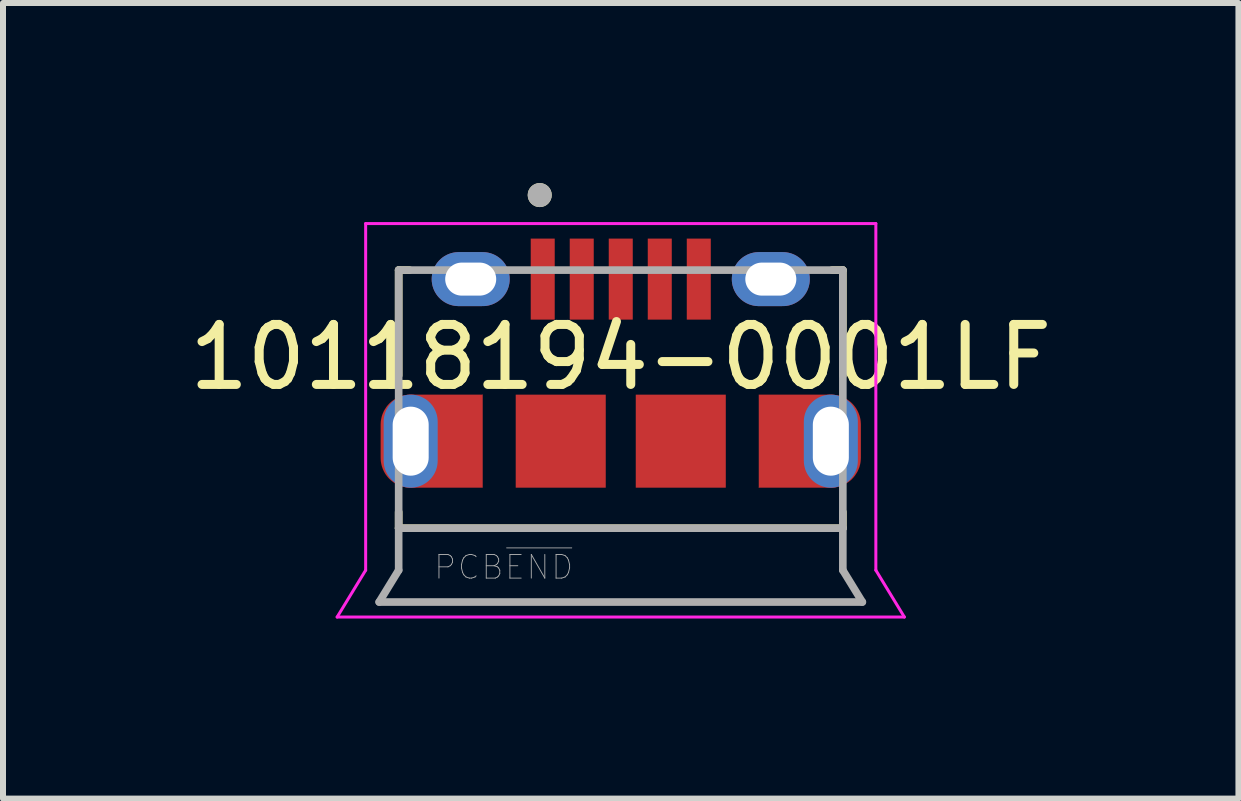
<source format=kicad_pcb>
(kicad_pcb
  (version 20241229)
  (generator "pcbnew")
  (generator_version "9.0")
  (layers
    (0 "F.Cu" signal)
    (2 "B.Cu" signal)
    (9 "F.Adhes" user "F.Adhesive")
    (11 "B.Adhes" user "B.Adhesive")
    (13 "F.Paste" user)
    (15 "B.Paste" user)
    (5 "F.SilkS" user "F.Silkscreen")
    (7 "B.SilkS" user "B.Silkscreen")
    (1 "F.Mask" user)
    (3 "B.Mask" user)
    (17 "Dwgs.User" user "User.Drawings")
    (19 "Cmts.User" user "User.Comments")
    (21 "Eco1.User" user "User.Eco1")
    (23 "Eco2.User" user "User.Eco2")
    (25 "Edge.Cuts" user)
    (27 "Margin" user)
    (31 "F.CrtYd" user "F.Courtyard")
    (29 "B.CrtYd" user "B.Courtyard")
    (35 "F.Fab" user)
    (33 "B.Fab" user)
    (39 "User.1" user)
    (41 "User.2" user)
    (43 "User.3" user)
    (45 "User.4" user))
  (footprint "10118194-0001LF"
    (layer "F.Cu")
    (at 7.292 4.3)
    (property "Reference" "10118194-0001LF" (at 0 -1.4 0) (layer "F.SilkS") (effects (font (size 1 1) (thickness 0.15))))
    (attr through_hole)
    (fp_poly (pts (xy -2.3 -0.78) (xy -2.3 0.775) (xy -3.498 0.775) (xy -3.498 0.575) (xy -3.486 0.575) (xy -3.473 0.574) (xy -3.46 0.572) (xy -3.447 0.57) (xy -3.434 0.567) (xy -3.422 0.563) (xy -3.41 0.558) (xy -3.398 0.553) (xy -3.386 0.548) (xy -3.374 0.542) (xy -3.363 0.535) (xy -3.353 0.527) (xy -3.342 0.52) (xy -3.332 0.511) (xy -3.323 0.502) (xy -3.314 0.493) (xy -3.305 0.483) (xy -3.298 0.472) (xy -3.29 0.462) (xy -3.283 0.451) (xy -3.277 0.439) (xy -3.272 0.427) (xy -3.267 0.415) (xy -3.262 0.403) (xy -3.258 0.391) (xy -3.255 0.378) (xy -3.253 0.365) (xy -3.251 0.352) (xy -3.25 0.339) (xy -3.25 0.325) (xy -3.25 0.315) (xy -3.25 -0.315) (xy -3.25 -0.325) (xy -3.25 -0.338) (xy -3.251 -0.351) (xy -3.253 -0.364) (xy -3.255 -0.377) (xy -3.259 -0.39) (xy -3.262 -0.402) (xy -3.267 -0.415) (xy -3.272 -0.427) (xy -3.277 -0.438) (xy -3.283 -0.45) (xy -3.29 -0.461) (xy -3.298 -0.472) (xy -3.306 -0.482) (xy -3.314 -0.492) (xy -3.323 -0.502) (xy -3.333 -0.511) (xy -3.343 -0.519) (xy -3.353 -0.527) (xy -3.364 -0.535) (xy -3.375 -0.542) (xy -3.387 -0.548) (xy -3.398 -0.553) (xy -3.41 -0.558) (xy -3.423 -0.563) (xy -3.435 -0.566) (xy -3.448 -0.57) (xy -3.461 -0.572) (xy -3.474 -0.574) (xy -3.487 -0.575) (xy -3.5 -0.575) (xy -3.513 -0.575) (xy -3.526 -0.574) (xy -3.539 -0.572) (xy -3.552 -0.57) (xy -3.565 -0.566) (xy -3.577 -0.563) (xy -3.59 -0.558) (xy -3.602 -0.553) (xy -3.613 -0.548) (xy -3.625 -0.542) (xy -3.636 -0.535) (xy -3.647 -0.527) (xy -3.657 -0.519) (xy -3.667 -0.511) (xy -3.677 -0.502) (xy -3.686 -0.492) (xy -3.694 -0.482) (xy -3.702 -0.472) (xy -3.71 -0.461) (xy -3.717 -0.45) (xy -3.723 -0.438) (xy -3.728 -0.427) (xy -3.733 -0.415) (xy -3.738 -0.402) (xy -3.741 -0.39) (xy -3.745 -0.377) (xy -3.747 -0.364) (xy -3.749 -0.351) (xy -3.75 -0.338) (xy -3.75 -0.325) (xy -3.75 0.325) (xy -3.75 0.339) (xy -3.749 0.352) (xy -3.747 0.365) (xy -3.745 0.378) (xy -3.742 0.391) (xy -3.738 0.403) (xy -3.733 0.415) (xy -3.728 0.427) (xy -3.723 0.439) (xy -3.717 0.451) (xy -3.71 0.462) (xy -3.702 0.472) (xy -3.695 0.483) (xy -3.686 0.493) (xy -3.677 0.502) (xy -3.668 0.511) (xy -3.658 0.52) (xy -3.647 0.527) (xy -3.637 0.535) (xy -3.626 0.542) (xy -3.614 0.548) (xy -3.602 0.553) (xy -3.59 0.558) (xy -3.578 0.563) (xy -3.566 0.567) (xy -3.553 0.57) (xy -3.54 0.572) (xy -3.527 0.574) (xy -3.514 0.575) (xy -3.502 0.575) (xy -3.502 0.775) (xy -3.527 0.774) (xy -3.553 0.772) (xy -3.579 0.769) (xy -3.605 0.764) (xy -3.63 0.758) (xy -3.655 0.751) (xy -3.68 0.742) (xy -3.704 0.732) (xy -3.728 0.721) (xy -3.751 0.708) (xy -3.773 0.695) (xy -3.794 0.68) (xy -3.815 0.664) (xy -3.835 0.647) (xy -3.854 0.629) (xy -3.872 0.61) (xy -3.889 0.59) (xy -3.905 0.569) (xy -3.92 0.548) (xy -3.933 0.526) (xy -3.946 0.503) (xy -3.957 0.479) (xy -3.967 0.455) (xy -3.976 0.43) (xy -3.983 0.405) (xy -3.989 0.38) (xy -3.994 0.354) (xy -3.997 0.328) (xy -3.999 0.302) (xy -4 0.275) (xy -4 -0.275) (xy -3.999 -0.301) (xy -3.997 -0.327) (xy -3.994 -0.353) (xy -3.989 -0.379) (xy -3.983 -0.404) (xy -3.976 -0.43) (xy -3.967 -0.454) (xy -3.957 -0.478) (xy -3.946 -0.502) (xy -3.933 -0.525) (xy -3.919 -0.547) (xy -3.905 -0.569) (xy -3.889 -0.59) (xy -3.872 -0.61) (xy -3.854 -0.629) (xy -3.835 -0.647) (xy -3.815 -0.664) (xy -3.794 -0.68) (xy -3.772 -0.694) (xy -3.75 -0.708) (xy -3.727 -0.721) (xy -3.703 -0.732) (xy -3.679 -0.742) (xy -3.655 -0.751) (xy -3.629 -0.758) (xy -3.604 -0.764) (xy -3.578 -0.769) (xy -3.552 -0.772) (xy -3.526 -0.774) (xy -3.5 -0.775) (xy -2.305 -0.775) (xy -2.305 -0.78) (xy -2.3 -0.78)) (stroke (width 0.001) (type solid)) (fill yes) (layer "F.Cu"))
    (fp_poly (pts (xy 2.3 0.78) (xy 2.3 -0.775) (xy 3.498 -0.775) (xy 3.498 -0.575) (xy 3.486 -0.575) (xy 3.473 -0.574) (xy 3.46 -0.572) (xy 3.447 -0.57) (xy 3.434 -0.567) (xy 3.422 -0.563) (xy 3.41 -0.558) (xy 3.398 -0.553) (xy 3.386 -0.548) (xy 3.374 -0.542) (xy 3.363 -0.535) (xy 3.353 -0.527) (xy 3.342 -0.52) (xy 3.332 -0.511) (xy 3.323 -0.502) (xy 3.314 -0.493) (xy 3.305 -0.483) (xy 3.298 -0.472) (xy 3.29 -0.462) (xy 3.283 -0.451) (xy 3.277 -0.439) (xy 3.272 -0.427) (xy 3.267 -0.415) (xy 3.262 -0.403) (xy 3.258 -0.391) (xy 3.255 -0.378) (xy 3.253 -0.365) (xy 3.251 -0.352) (xy 3.25 -0.339) (xy 3.25 -0.325) (xy 3.25 -0.315) (xy 3.25 0.315) (xy 3.25 0.325) (xy 3.25 0.338) (xy 3.251 0.351) (xy 3.253 0.364) (xy 3.255 0.377) (xy 3.259 0.39) (xy 3.262 0.402) (xy 3.267 0.415) (xy 3.272 0.427) (xy 3.277 0.438) (xy 3.283 0.45) (xy 3.29 0.461) (xy 3.298 0.472) (xy 3.306 0.482) (xy 3.314 0.492) (xy 3.323 0.502) (xy 3.333 0.511) (xy 3.343 0.519) (xy 3.353 0.527) (xy 3.364 0.535) (xy 3.375 0.542) (xy 3.387 0.548) (xy 3.398 0.553) (xy 3.41 0.558) (xy 3.423 0.563) (xy 3.435 0.566) (xy 3.448 0.57) (xy 3.461 0.572) (xy 3.474 0.574) (xy 3.487 0.575) (xy 3.5 0.575) (xy 3.513 0.575) (xy 3.526 0.574) (xy 3.539 0.572) (xy 3.552 0.57) (xy 3.565 0.566) (xy 3.577 0.563) (xy 3.59 0.558) (xy 3.602 0.553) (xy 3.613 0.548) (xy 3.625 0.542) (xy 3.636 0.535) (xy 3.647 0.527) (xy 3.657 0.519) (xy 3.667 0.511) (xy 3.677 0.502) (xy 3.686 0.492) (xy 3.694 0.482) (xy 3.702 0.472) (xy 3.71 0.461) (xy 3.717 0.45) (xy 3.723 0.438) (xy 3.728 0.427) (xy 3.733 0.415) (xy 3.738 0.402) (xy 3.741 0.39) (xy 3.745 0.377) (xy 3.747 0.364) (xy 3.749 0.351) (xy 3.75 0.338) (xy 3.75 0.325) (xy 3.75 -0.325) (xy 3.75 -0.339) (xy 3.749 -0.352) (xy 3.747 -0.365) (xy 3.745 -0.378) (xy 3.742 -0.391) (xy 3.738 -0.403) (xy 3.733 -0.415) (xy 3.728 -0.427) (xy 3.723 -0.439) (xy 3.717 -0.451) (xy 3.71 -0.462) (xy 3.702 -0.472) (xy 3.695 -0.483) (xy 3.686 -0.493) (xy 3.677 -0.502) (xy 3.668 -0.511) (xy 3.658 -0.52) (xy 3.647 -0.527) (xy 3.637 -0.535) (xy 3.626 -0.542) (xy 3.614 -0.548) (xy 3.602 -0.553) (xy 3.59 -0.558) (xy 3.578 -0.563) (xy 3.566 -0.567) (xy 3.553 -0.57) (xy 3.54 -0.572) (xy 3.527 -0.574) (xy 3.514 -0.575) (xy 3.502 -0.575) (xy 3.502 -0.775) (xy 3.527 -0.774) (xy 3.553 -0.772) (xy 3.579 -0.769) (xy 3.605 -0.764) (xy 3.63 -0.758) (xy 3.655 -0.751) (xy 3.68 -0.742) (xy 3.704 -0.732) (xy 3.728 -0.721) (xy 3.751 -0.708) (xy 3.773 -0.695) (xy 3.794 -0.68) (xy 3.815 -0.664) (xy 3.835 -0.647) (xy 3.854 -0.629) (xy 3.872 -0.61) (xy 3.889 -0.59) (xy 3.905 -0.569) (xy 3.92 -0.548) (xy 3.933 -0.526) (xy 3.946 -0.503) (xy 3.957 -0.479) (xy 3.967 -0.455) (xy 3.976 -0.43) (xy 3.983 -0.405) (xy 3.989 -0.38) (xy 3.994 -0.354) (xy 3.997 -0.328) (xy 3.999 -0.302) (xy 4 -0.275) (xy 4 0.275) (xy 3.999 0.301) (xy 3.997 0.327) (xy 3.994 0.353) (xy 3.989 0.379) (xy 3.983 0.404) (xy 3.976 0.43) (xy 3.967 0.454) (xy 3.957 0.478) (xy 3.946 0.502) (xy 3.933 0.525) (xy 3.919 0.547) (xy 3.905 0.569) (xy 3.889 0.59) (xy 3.872 0.61) (xy 3.854 0.629) (xy 3.835 0.647) (xy 3.815 0.664) (xy 3.794 0.68) (xy 3.772 0.694) (xy 3.75 0.708) (xy 3.727 0.721) (xy 3.703 0.732) (xy 3.679 0.742) (xy 3.655 0.751) (xy 3.629 0.758) (xy 3.604 0.764) (xy 3.578 0.769) (xy 3.552 0.772) (xy 3.526 0.774) (xy 3.5 0.775) (xy 2.305 0.775) (xy 2.305 0.78) (xy 2.3 0.78)) (stroke (width 0.001) (type solid)) (fill yes) (layer "F.Cu"))
    (fp_poly (pts (xy -3.6 -0.875) (xy -2.2 -0.875) (xy -2.2 0.875) (xy -3.6 0.875) (xy -3.626 0.874) (xy -3.652 0.872) (xy -3.678 0.869) (xy -3.704 0.864) (xy -3.729 0.858) (xy -3.755 0.851) (xy -3.779 0.842) (xy -3.803 0.832) (xy -3.827 0.821) (xy -3.85 0.808) (xy -3.872 0.794) (xy -3.894 0.78) (xy -3.915 0.764) (xy -3.935 0.747) (xy -3.954 0.729) (xy -3.972 0.71) (xy -3.989 0.69) (xy -4.005 0.669) (xy -4.019 0.647) (xy -4.033 0.625) (xy -4.046 0.602) (xy -4.057 0.578) (xy -4.067 0.554) (xy -4.076 0.53) (xy -4.083 0.504) (xy -4.089 0.479) (xy -4.094 0.453) (xy -4.097 0.427) (xy -4.099 0.401) (xy -4.1 0.375) (xy -4.1 -0.375) (xy -4.099 -0.401) (xy -4.097 -0.427) (xy -4.094 -0.453) (xy -4.089 -0.479) (xy -4.083 -0.504) (xy -4.076 -0.53) (xy -4.067 -0.554) (xy -4.057 -0.578) (xy -4.046 -0.602) (xy -4.033 -0.625) (xy -4.019 -0.647) (xy -4.005 -0.669) (xy -3.989 -0.69) (xy -3.972 -0.71) (xy -3.954 -0.729) (xy -3.935 -0.747) (xy -3.915 -0.764) (xy -3.894 -0.78) (xy -3.872 -0.794) (xy -3.85 -0.808) (xy -3.827 -0.821) (xy -3.803 -0.832) (xy -3.779 -0.842) (xy -3.755 -0.851) (xy -3.729 -0.858) (xy -3.704 -0.864) (xy -3.678 -0.869) (xy -3.652 -0.872) (xy -3.626 -0.874) (xy -3.6 -0.875)) (stroke (width 0.0001) (type solid)) (fill yes) (layer "F.Mask"))
    (fp_poly (pts (xy 3.6 0.875) (xy 2.2 0.875) (xy 2.2 -0.875) (xy 3.6 -0.875) (xy 3.626 -0.874) (xy 3.652 -0.872) (xy 3.678 -0.869) (xy 3.704 -0.864) (xy 3.729 -0.858) (xy 3.755 -0.851) (xy 3.779 -0.842) (xy 3.803 -0.832) (xy 3.827 -0.821) (xy 3.85 -0.808) (xy 3.872 -0.794) (xy 3.894 -0.78) (xy 3.915 -0.764) (xy 3.935 -0.747) (xy 3.954 -0.729) (xy 3.972 -0.71) (xy 3.989 -0.69) (xy 4.005 -0.669) (xy 4.019 -0.647) (xy 4.033 -0.625) (xy 4.046 -0.602) (xy 4.057 -0.578) (xy 4.067 -0.554) (xy 4.076 -0.53) (xy 4.083 -0.504) (xy 4.089 -0.479) (xy 4.094 -0.453) (xy 4.097 -0.427) (xy 4.099 -0.401) (xy 4.1 -0.375) (xy 4.1 0.375) (xy 4.099 0.401) (xy 4.097 0.427) (xy 4.094 0.453) (xy 4.089 0.479) (xy 4.083 0.504) (xy 4.076 0.53) (xy 4.067 0.554) (xy 4.057 0.578) (xy 4.046 0.602) (xy 4.033 0.625) (xy 4.019 0.647) (xy 4.005 0.669) (xy 3.989 0.69) (xy 3.972 0.71) (xy 3.954 0.729) (xy 3.935 0.747) (xy 3.915 0.764) (xy 3.894 0.78) (xy 3.872 0.794) (xy 3.85 0.808) (xy 3.827 0.821) (xy 3.803 0.832) (xy 3.779 0.842) (xy 3.755 0.851) (xy 3.729 0.858) (xy 3.704 0.864) (xy 3.678 0.869) (xy 3.652 0.872) (xy 3.626 0.874) (xy 3.6 0.875)) (stroke (width 0.0001) (type solid)) (fill yes) (layer "F.Mask"))
    (fp_line (start -3.7 -2.85) (end -3.7 -1.095) (stroke (width 0.127) (type solid)) (layer "F.SilkS"))
    (fp_line (start -3.7 -2.85) (end -3.52 -2.85) (stroke (width 0.127) (type solid)) (layer "F.SilkS"))
    (fp_line (start -3.7 1.45) (end -3.7 1.18) (stroke (width 0.127) (type solid)) (layer "F.SilkS"))
    (fp_line (start -3.7 1.45) (end 3.7 1.45) (stroke (width 0.127) (type solid)) (layer "F.SilkS"))
    (fp_line (start 3.7 -2.85) (end 3.52 -2.85) (stroke (width 0.127) (type solid)) (layer "F.SilkS"))
    (fp_line (start 3.7 -2.85) (end 3.7 -1.095) (stroke (width 0.127) (type solid)) (layer "F.SilkS"))
    (fp_line (start 3.7 1.18) (end 3.7 1.45) (stroke (width 0.127) (type solid)) (layer "F.SilkS"))
    (fp_circle (center -1.35 -4.1) (end -1.25 -4.1) (stroke (width 0.2) (type solid)) (fill no) (layer "F.SilkS"))
    (fp_line (start -3.5 -0.77) (end -3.5 -0.6) (stroke (width 0.0001) (type solid)) (layer "F.Paste"))
    (fp_line (start 3.5 0.77) (end 3.5 0.6) (stroke (width 0.0001) (type solid)) (layer "F.Paste"))
    (fp_poly (pts (xy -3.5 -0.775) (xy -3.5 -0.575) (xy -3.487 -0.575) (xy -3.474 -0.574) (xy -3.461 -0.572) (xy -3.448 -0.57) (xy -3.435 -0.566) (xy -3.423 -0.563) (xy -3.41 -0.558) (xy -3.398 -0.553) (xy -3.387 -0.548) (xy -3.375 -0.542) (xy -3.364 -0.535) (xy -3.353 -0.527) (xy -3.343 -0.519) (xy -3.333 -0.511) (xy -3.323 -0.502) (xy -3.314 -0.492) (xy -3.306 -0.482) (xy -3.298 -0.472) (xy -3.29 -0.461) (xy -3.283 -0.45) (xy -3.277 -0.438) (xy -3.272 -0.427) (xy -3.267 -0.415) (xy -3.262 -0.402) (xy -3.259 -0.39) (xy -3.255 -0.377) (xy -3.253 -0.364) (xy -3.251 -0.351) (xy -3.25 -0.338) (xy -3.25 -0.325) (xy -3.25 0.325) (xy -3.25 0.338) (xy -3.251 0.351) (xy -3.253 0.364) (xy -3.255 0.377) (xy -3.259 0.39) (xy -3.262 0.402) (xy -3.267 0.415) (xy -3.272 0.427) (xy -3.277 0.438) (xy -3.283 0.45) (xy -3.29 0.461) (xy -3.298 0.472) (xy -3.306 0.482) (xy -3.314 0.492) (xy -3.323 0.502) (xy -3.333 0.511) (xy -3.343 0.519) (xy -3.353 0.527) (xy -3.364 0.535) (xy -3.375 0.542) (xy -3.387 0.548) (xy -3.398 0.553) (xy -3.41 0.558) (xy -3.423 0.563) (xy -3.435 0.566) (xy -3.448 0.57) (xy -3.461 0.572) (xy -3.474 0.574) (xy -3.487 0.575) (xy -3.5 0.575) (xy -3.5 0.775) (xy -2.3 0.775) (xy -2.3 -0.775) (xy -3.5 -0.775)) (stroke (width 0.0001) (type solid)) (fill yes) (layer "F.Paste"))
    (fp_poly (pts (xy 3.5 0.775) (xy 3.5 0.575) (xy 3.487 0.575) (xy 3.474 0.574) (xy 3.461 0.572) (xy 3.448 0.57) (xy 3.435 0.566) (xy 3.423 0.563) (xy 3.41 0.558) (xy 3.398 0.553) (xy 3.387 0.548) (xy 3.375 0.542) (xy 3.364 0.535) (xy 3.353 0.527) (xy 3.343 0.519) (xy 3.333 0.511) (xy 3.323 0.502) (xy 3.314 0.492) (xy 3.306 0.482) (xy 3.298 0.472) (xy 3.29 0.461) (xy 3.283 0.45) (xy 3.277 0.438) (xy 3.272 0.427) (xy 3.267 0.415) (xy 3.262 0.402) (xy 3.259 0.39) (xy 3.255 0.377) (xy 3.253 0.364) (xy 3.251 0.351) (xy 3.25 0.338) (xy 3.25 0.325) (xy 3.25 -0.325) (xy 3.25 -0.338) (xy 3.251 -0.351) (xy 3.253 -0.364) (xy 3.255 -0.377) (xy 3.259 -0.39) (xy 3.262 -0.402) (xy 3.267 -0.415) (xy 3.272 -0.427) (xy 3.277 -0.438) (xy 3.283 -0.45) (xy 3.29 -0.461) (xy 3.298 -0.472) (xy 3.306 -0.482) (xy 3.314 -0.492) (xy 3.323 -0.502) (xy 3.333 -0.511) (xy 3.343 -0.519) (xy 3.353 -0.527) (xy 3.364 -0.535) (xy 3.375 -0.542) (xy 3.387 -0.548) (xy 3.398 -0.553) (xy 3.41 -0.558) (xy 3.423 -0.563) (xy 3.435 -0.566) (xy 3.448 -0.57) (xy 3.461 -0.572) (xy 3.474 -0.574) (xy 3.487 -0.575) (xy 3.5 -0.575) (xy 3.5 -0.775) (xy 2.3 -0.775) (xy 2.3 0.775) (xy 3.5 0.775)) (stroke (width 0.0001) (type solid)) (fill yes) (layer "F.Paste"))
    (fp_poly (pts (xy -3.5 -0.775) (xy -3.5 -0.575) (xy -3.513 -0.575) (xy -3.526 -0.574) (xy -3.539 -0.572) (xy -3.552 -0.57) (xy -3.565 -0.566) (xy -3.577 -0.563) (xy -3.59 -0.558) (xy -3.602 -0.553) (xy -3.613 -0.548) (xy -3.625 -0.542) (xy -3.636 -0.535) (xy -3.647 -0.527) (xy -3.657 -0.519) (xy -3.667 -0.511) (xy -3.677 -0.502) (xy -3.686 -0.492) (xy -3.694 -0.482) (xy -3.702 -0.472) (xy -3.71 -0.461) (xy -3.717 -0.45) (xy -3.723 -0.438) (xy -3.728 -0.427) (xy -3.733 -0.415) (xy -3.738 -0.402) (xy -3.741 -0.39) (xy -3.745 -0.377) (xy -3.747 -0.364) (xy -3.749 -0.351) (xy -3.75 -0.338) (xy -3.75 -0.325) (xy -3.75 0.325) (xy -3.75 0.338) (xy -3.749 0.351) (xy -3.747 0.364) (xy -3.745 0.377) (xy -3.741 0.39) (xy -3.738 0.402) (xy -3.733 0.415) (xy -3.728 0.427) (xy -3.723 0.438) (xy -3.717 0.45) (xy -3.71 0.461) (xy -3.702 0.472) (xy -3.694 0.482) (xy -3.686 0.492) (xy -3.677 0.502) (xy -3.667 0.511) (xy -3.657 0.519) (xy -3.647 0.527) (xy -3.636 0.535) (xy -3.625 0.542) (xy -3.613 0.548) (xy -3.602 0.553) (xy -3.59 0.558) (xy -3.577 0.563) (xy -3.565 0.566) (xy -3.552 0.57) (xy -3.539 0.572) (xy -3.526 0.574) (xy -3.513 0.575) (xy -3.5 0.575) (xy -3.5 0.775) (xy -3.526 0.774) (xy -3.552 0.772) (xy -3.578 0.769) (xy -3.604 0.764) (xy -3.629 0.758) (xy -3.655 0.751) (xy -3.679 0.742) (xy -3.703 0.732) (xy -3.727 0.721) (xy -3.75 0.708) (xy -3.772 0.694) (xy -3.794 0.68) (xy -3.815 0.664) (xy -3.835 0.647) (xy -3.854 0.629) (xy -3.872 0.61) (xy -3.889 0.59) (xy -3.905 0.569) (xy -3.919 0.547) (xy -3.933 0.525) (xy -3.946 0.502) (xy -3.957 0.478) (xy -3.967 0.454) (xy -3.976 0.43) (xy -3.983 0.404) (xy -3.989 0.379) (xy -3.994 0.353) (xy -3.997 0.327) (xy -3.999 0.301) (xy -4 0.275) (xy -4 -0.275) (xy -3.999 -0.301) (xy -3.997 -0.327) (xy -3.994 -0.353) (xy -3.989 -0.379) (xy -3.983 -0.404) (xy -3.976 -0.43) (xy -3.967 -0.454) (xy -3.957 -0.478) (xy -3.946 -0.502) (xy -3.933 -0.525) (xy -3.919 -0.547) (xy -3.905 -0.569) (xy -3.889 -0.59) (xy -3.872 -0.61) (xy -3.854 -0.629) (xy -3.835 -0.647) (xy -3.815 -0.664) (xy -3.794 -0.68) (xy -3.772 -0.694) (xy -3.75 -0.708) (xy -3.727 -0.721) (xy -3.703 -0.732) (xy -3.679 -0.742) (xy -3.655 -0.751) (xy -3.629 -0.758) (xy -3.604 -0.764) (xy -3.578 -0.769) (xy -3.552 -0.772) (xy -3.526 -0.774) (xy -3.5 -0.775)) (stroke (width 0.0001) (type solid)) (fill yes) (layer "F.Paste"))
    (fp_poly (pts (xy 3.5 0.775) (xy 3.5 0.575) (xy 3.513 0.575) (xy 3.526 0.574) (xy 3.539 0.572) (xy 3.552 0.57) (xy 3.565 0.566) (xy 3.577 0.563) (xy 3.59 0.558) (xy 3.602 0.553) (xy 3.613 0.548) (xy 3.625 0.542) (xy 3.636 0.535) (xy 3.647 0.527) (xy 3.657 0.519) (xy 3.667 0.511) (xy 3.677 0.502) (xy 3.686 0.492) (xy 3.694 0.482) (xy 3.702 0.472) (xy 3.71 0.461) (xy 3.717 0.45) (xy 3.723 0.438) (xy 3.728 0.427) (xy 3.733 0.415) (xy 3.738 0.402) (xy 3.741 0.39) (xy 3.745 0.377) (xy 3.747 0.364) (xy 3.749 0.351) (xy 3.75 0.338) (xy 3.75 0.325) (xy 3.75 -0.325) (xy 3.75 -0.338) (xy 3.749 -0.351) (xy 3.747 -0.364) (xy 3.745 -0.377) (xy 3.741 -0.39) (xy 3.738 -0.402) (xy 3.733 -0.415) (xy 3.728 -0.427) (xy 3.723 -0.438) (xy 3.717 -0.45) (xy 3.71 -0.461) (xy 3.702 -0.472) (xy 3.694 -0.482) (xy 3.686 -0.492) (xy 3.677 -0.502) (xy 3.667 -0.511) (xy 3.657 -0.519) (xy 3.647 -0.527) (xy 3.636 -0.535) (xy 3.625 -0.542) (xy 3.613 -0.548) (xy 3.602 -0.553) (xy 3.59 -0.558) (xy 3.577 -0.563) (xy 3.565 -0.566) (xy 3.552 -0.57) (xy 3.539 -0.572) (xy 3.526 -0.574) (xy 3.513 -0.575) (xy 3.5 -0.575) (xy 3.5 -0.775) (xy 3.526 -0.774) (xy 3.552 -0.772) (xy 3.578 -0.769) (xy 3.604 -0.764) (xy 3.629 -0.758) (xy 3.655 -0.751) (xy 3.679 -0.742) (xy 3.703 -0.732) (xy 3.727 -0.721) (xy 3.75 -0.708) (xy 3.772 -0.694) (xy 3.794 -0.68) (xy 3.815 -0.664) (xy 3.835 -0.647) (xy 3.854 -0.629) (xy 3.872 -0.61) (xy 3.889 -0.59) (xy 3.905 -0.569) (xy 3.919 -0.547) (xy 3.933 -0.525) (xy 3.946 -0.502) (xy 3.957 -0.478) (xy 3.967 -0.454) (xy 3.976 -0.43) (xy 3.983 -0.404) (xy 3.989 -0.379) (xy 3.994 -0.353) (xy 3.997 -0.327) (xy 3.999 -0.301) (xy 4 -0.275) (xy 4 0.275) (xy 3.999 0.301) (xy 3.997 0.327) (xy 3.994 0.353) (xy 3.989 0.379) (xy 3.983 0.404) (xy 3.976 0.43) (xy 3.967 0.454) (xy 3.957 0.478) (xy 3.946 0.502) (xy 3.933 0.525) (xy 3.919 0.547) (xy 3.905 0.569) (xy 3.889 0.59) (xy 3.872 0.61) (xy 3.854 0.629) (xy 3.835 0.647) (xy 3.815 0.664) (xy 3.794 0.68) (xy 3.772 0.694) (xy 3.75 0.708) (xy 3.727 0.721) (xy 3.703 0.732) (xy 3.679 0.742) (xy 3.655 0.751) (xy 3.629 0.758) (xy 3.604 0.764) (xy 3.578 0.769) (xy 3.552 0.772) (xy 3.526 0.774) (xy 3.5 0.775)) (stroke (width 0.0001) (type solid)) (fill yes) (layer "F.Paste"))
    (fp_line (start -4.725 2.93) (end -4.25 2.15) (stroke (width 0.05) (type solid)) (layer "F.CrtYd"))
    (fp_line (start -4.25 -3.625) (end 4.25 -3.625) (stroke (width 0.05) (type solid)) (layer "F.CrtYd"))
    (fp_line (start -4.25 2.15) (end -4.25 -3.625) (stroke (width 0.05) (type solid)) (layer "F.CrtYd"))
    (fp_line (start 4.25 2.15) (end 4.25 -3.625) (stroke (width 0.05) (type solid)) (layer "F.CrtYd"))
    (fp_line (start 4.725 2.93) (end -4.725 2.93) (stroke (width 0.05) (type solid)) (layer "F.CrtYd"))
    (fp_line (start 4.725 2.93) (end 4.25 2.15) (stroke (width 0.05) (type solid)) (layer "F.CrtYd"))
    (fp_line (start -4.025 2.68) (end 4.025 2.68) (stroke (width 0.127) (type solid)) (layer "F.Fab"))
    (fp_line (start -3.7 -2.85) (end -3.7 1.45) (stroke (width 0.127) (type solid)) (layer "F.Fab"))
    (fp_line (start -3.7 -2.85) (end 3.7 -2.85) (stroke (width 0.127) (type solid)) (layer "F.Fab"))
    (fp_line (start -3.7 1.45) (end -3.7 2.15) (stroke (width 0.127) (type solid)) (layer "F.Fab"))
    (fp_line (start -3.7 1.45) (end 3.7 1.45) (stroke (width 0.127) (type solid)) (layer "F.Fab"))
    (fp_line (start -3.7 2.15) (end -4.025 2.68) (stroke (width 0.127) (type solid)) (layer "F.Fab"))
    (fp_line (start 3.7 1.45) (end 3.7 -2.85) (stroke (width 0.127) (type solid)) (layer "F.Fab"))
    (fp_line (start 3.7 2.15) (end 3.7 1.45) (stroke (width 0.127) (type solid)) (layer "F.Fab"))
    (fp_line (start 4.025 2.68) (end 3.7 2.15) (stroke (width 0.127) (type solid)) (layer "F.Fab"))
    (fp_circle (center -1.35 -4.1) (end -1.25 -4.1) (stroke (width 0.2) (type solid)) (fill no) (layer "F.Fab"))
    (fp_text user "PCB~{END}" (at -1.95 2.1 0) (layer "F.Fab") (effects (font (size 0.394 0.394) (thickness 0.015))))
    (pad "1" smd rect (at -1.3 -2.7) (size 0.4 1.35) (layers "F.Cu" "F.Mask" "F.Paste"))
    (pad "2" smd rect (at -0.65 -2.7) (size 0.4 1.35) (layers "F.Cu" "F.Mask" "F.Paste"))
    (pad "3" smd rect (at 0 -2.7) (size 0.4 1.35) (layers "F.Cu" "F.Mask" "F.Paste"))
    (pad "4" smd rect (at 0.65 -2.7) (size 0.4 1.35) (layers "F.Cu" "F.Mask" "F.Paste"))
    (pad "5" smd rect (at 1.3 -2.7) (size 0.4 1.35) (layers "F.Cu" "F.Mask" "F.Paste"))
    (pad "6" thru_hole oval (at -3.5 0) (size 0.9 1.55) (drill oval 0.6 1.15) (layers "*.Cu" "*.Mask"))
    (pad "6" thru_hole oval (at -2.5 -2.7) (size 1.3 0.9) (drill oval 0.85 0.55) (layers "*.Cu" "*.Mask"))
    (pad "6" smd rect (at -1 0) (size 1.5 1.55) (layers "F.Cu" "F.Mask" "F.Paste"))
    (pad "6" smd rect (at 1 0) (size 1.5 1.55) (layers "F.Cu" "F.Mask" "F.Paste"))
    (pad "6" thru_hole oval (at 2.5 -2.7) (size 1.3 0.9) (drill oval 0.85 0.55) (layers "*.Cu" "*.Mask"))
    (pad "6" thru_hole oval (at 3.5 0) (size 0.9 1.55) (drill oval 0.6 1.15) (layers "*.Cu" "*.Mask")))
  (gr_rect
    (start -3 -3)
    (end 17.583 10.255)
    (stroke (width 0.1) (type default))
    (fill no)
    (layer "Edge.Cuts")))
</source>
